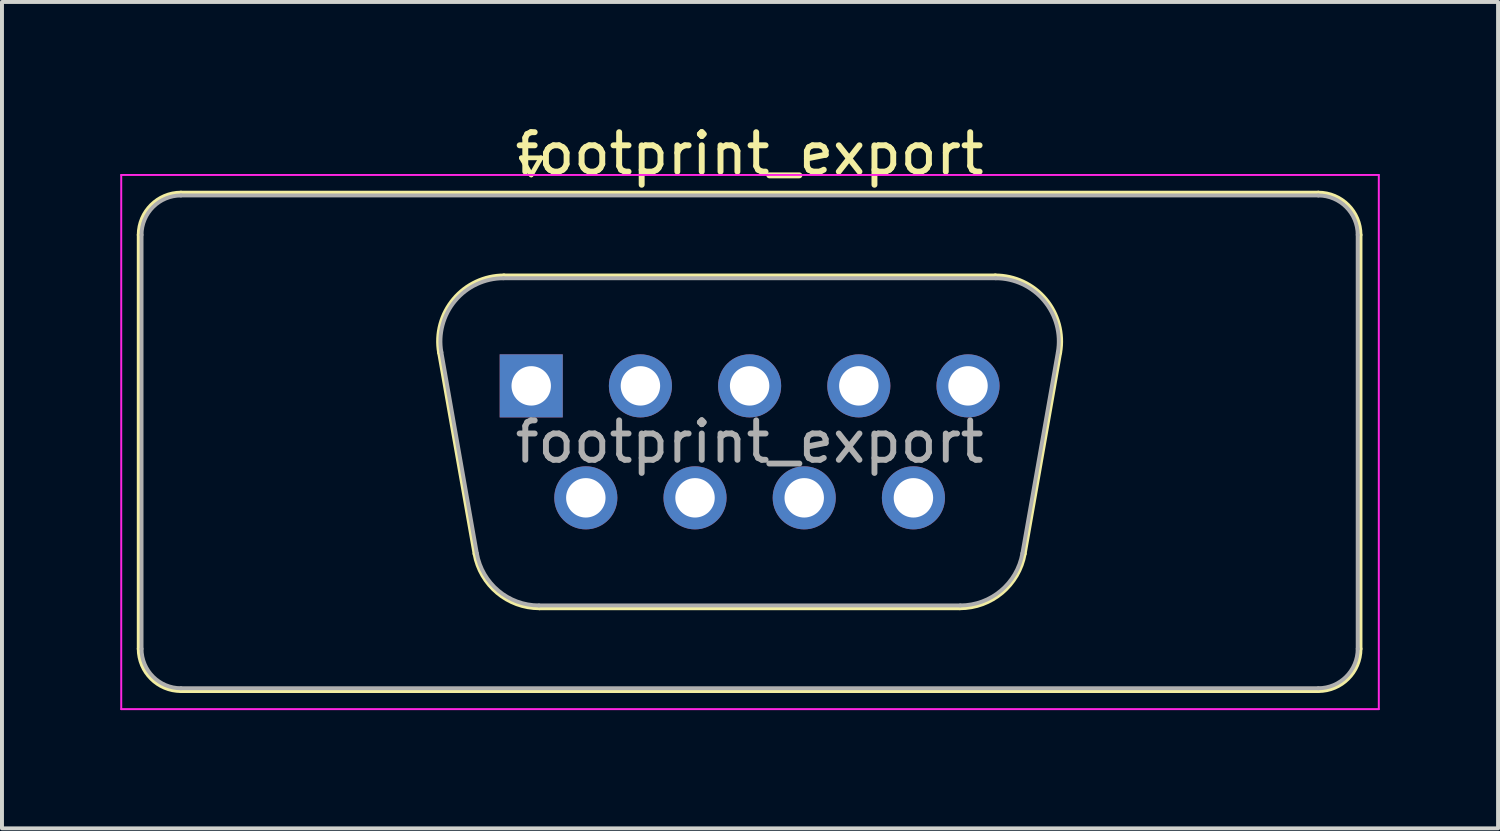
<source format=kicad_pcb>
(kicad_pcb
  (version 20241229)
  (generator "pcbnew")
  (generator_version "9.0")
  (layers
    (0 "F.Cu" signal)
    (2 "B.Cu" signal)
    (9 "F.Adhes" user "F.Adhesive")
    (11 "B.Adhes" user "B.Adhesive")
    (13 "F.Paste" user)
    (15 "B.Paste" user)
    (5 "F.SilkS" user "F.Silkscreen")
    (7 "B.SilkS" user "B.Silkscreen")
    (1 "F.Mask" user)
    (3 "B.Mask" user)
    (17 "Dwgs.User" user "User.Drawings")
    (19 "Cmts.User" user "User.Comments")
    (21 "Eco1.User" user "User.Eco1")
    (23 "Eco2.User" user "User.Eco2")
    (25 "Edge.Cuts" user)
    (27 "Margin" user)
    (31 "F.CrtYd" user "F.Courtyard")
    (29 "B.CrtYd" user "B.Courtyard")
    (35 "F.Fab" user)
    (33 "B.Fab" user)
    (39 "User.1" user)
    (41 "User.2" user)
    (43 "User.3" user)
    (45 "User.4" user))
  (footprint "footprint_export"
    (layer "F.Cu")
    (at 10.425 6.738)
    (property "Reference" "footprint_export" (at 5.54 -5.89 0) (layer "F.SilkS") (effects (font (size 1 1) (thickness 0.15))))
    (attr through_hole)
    (fp_line (start -9.945 6.67) (end -9.945 -3.83) (stroke (width 0.12) (type solid)) (layer "F.SilkS"))
    (fp_line (start -8.885 -4.89) (end 19.965 -4.89) (stroke (width 0.12) (type solid)) (layer "F.SilkS"))
    (fp_line (start -2.326 -0.842) (end -1.427 4.258) (stroke (width 0.12) (type solid)) (layer "F.SilkS"))
    (fp_line (start -0.692 -2.79) (end 11.772 -2.79) (stroke (width 0.12) (type solid)) (layer "F.SilkS"))
    (fp_line (start -0.25 -5.784) (end 0.25 -5.784) (stroke (width 0.12) (type solid)) (layer "F.SilkS"))
    (fp_line (start 0 -5.351) (end -0.25 -5.784) (stroke (width 0.12) (type solid)) (layer "F.SilkS"))
    (fp_line (start 0.208 5.63) (end 10.872 5.63) (stroke (width 0.12) (type solid)) (layer "F.SilkS"))
    (fp_line (start 0.25 -5.784) (end 0 -5.351) (stroke (width 0.12) (type solid)) (layer "F.SilkS"))
    (fp_line (start 13.406 -0.842) (end 12.507 4.258) (stroke (width 0.12) (type solid)) (layer "F.SilkS"))
    (fp_line (start 19.965 7.73) (end -8.885 7.73) (stroke (width 0.12) (type solid)) (layer "F.SilkS"))
    (fp_line (start 21.025 -3.83) (end 21.025 6.67) (stroke (width 0.12) (type solid)) (layer "F.SilkS"))
    (fp_arc (start -9.945 -3.83) (mid -9.634533 -4.579533) (end -8.885 -4.89) (stroke (width 0.12) (type solid)) (layer "F.SilkS"))
    (fp_arc (start -8.885 7.73) (mid -9.634533 7.419533) (end -9.945 6.67) (stroke (width 0.12) (type solid)) (layer "F.SilkS"))
    (fp_arc (start -2.32647 -0.841744) (mid -1.963323 -2.197028) (end -0.691689 -2.79) (stroke (width 0.12) (type solid)) (layer "F.SilkS"))
    (fp_arc (start 0.207579 5.63) (mid -0.859448 5.241634) (end -1.427202 4.258256) (stroke (width 0.12) (type solid)) (layer "F.SilkS"))
    (fp_arc (start 11.771689 -2.79) (mid 13.043323 -2.197027) (end 13.40647 -0.841744) (stroke (width 0.12) (type solid)) (layer "F.SilkS"))
    (fp_arc (start 12.507202 4.258256) (mid 11.939449 5.241634) (end 10.872421 5.63) (stroke (width 0.12) (type solid)) (layer "F.SilkS"))
    (fp_arc (start 19.965 -4.89) (mid 20.714533 -4.579533) (end 21.025 -3.83) (stroke (width 0.12) (type solid)) (layer "F.SilkS"))
    (fp_arc (start 21.025 6.67) (mid 20.714533 7.419533) (end 19.965 7.73) (stroke (width 0.12) (type solid)) (layer "F.SilkS"))
    (fp_line (start -10.4 -5.35) (end -10.4 8.2) (stroke (width 0.05) (type solid)) (layer "F.CrtYd"))
    (fp_line (start -10.4 8.2) (end 21.5 8.2) (stroke (width 0.05) (type solid)) (layer "F.CrtYd"))
    (fp_line (start 21.5 -5.35) (end -10.4 -5.35) (stroke (width 0.05) (type solid)) (layer "F.CrtYd"))
    (fp_line (start 21.5 8.2) (end 21.5 -5.35) (stroke (width 0.05) (type solid)) (layer "F.CrtYd"))
    (fp_line (start -9.885 6.67) (end -9.885 -3.83) (stroke (width 0.1) (type solid)) (layer "F.Fab"))
    (fp_line (start -8.885 -4.83) (end 19.965 -4.83) (stroke (width 0.1) (type solid)) (layer "F.Fab"))
    (fp_line (start -2.279 -0.852) (end -1.38 4.248) (stroke (width 0.1) (type solid)) (layer "F.Fab"))
    (fp_line (start -0.703 -2.73) (end 11.783 -2.73) (stroke (width 0.1) (type solid)) (layer "F.Fab"))
    (fp_line (start 0.196 5.57) (end 10.884 5.57) (stroke (width 0.1) (type solid)) (layer "F.Fab"))
    (fp_line (start 13.359 -0.852) (end 12.46 4.248) (stroke (width 0.1) (type solid)) (layer "F.Fab"))
    (fp_line (start 19.965 7.67) (end -8.885 7.67) (stroke (width 0.1) (type solid)) (layer "F.Fab"))
    (fp_line (start 20.965 -3.83) (end 20.965 6.67) (stroke (width 0.1) (type solid)) (layer "F.Fab"))
    (fp_arc (start -9.885 -3.83) (mid -9.592107 -4.537107) (end -8.885 -4.83) (stroke (width 0.1) (type solid)) (layer "F.Fab"))
    (fp_arc (start -8.885 7.67) (mid -9.592107 7.377107) (end -9.885 6.67) (stroke (width 0.1) (type solid)) (layer "F.Fab"))
    (fp_arc (start -2.278886 -0.852163) (mid -1.928865 -2.15846) (end -0.703194 -2.73) (stroke (width 0.1) (type solid)) (layer "F.Fab"))
    (fp_arc (start 0.196073 5.57) (mid -0.832387 5.195671) (end -1.379619 4.247837) (stroke (width 0.1) (type solid)) (layer "F.Fab"))
    (fp_arc (start 11.783194 -2.73) (mid 13.008865 -2.15846) (end 13.358886 -0.852163) (stroke (width 0.1) (type solid)) (layer "F.Fab"))
    (fp_arc (start 12.459619 4.247837) (mid 11.912387 5.195671) (end 10.883927 5.57) (stroke (width 0.1) (type solid)) (layer "F.Fab"))
    (fp_arc (start 19.965 -4.83) (mid 20.672107 -4.537107) (end 20.965 -3.83) (stroke (width 0.1) (type solid)) (layer "F.Fab"))
    (fp_arc (start 20.965 6.67) (mid 20.672107 7.377107) (end 19.965 7.67) (stroke (width 0.1) (type solid)) (layer "F.Fab"))
    (fp_text user "${REFERENCE}" (at 5.54 1.42 0) (layer "F.Fab") (effects (font (size 1 1) (thickness 0.15))))
    (pad "1" thru_hole rect (at 0 0) (size 1.6 1.6) (drill 1) (layers "*.Cu" "*.Mask"))
    (pad "2" thru_hole circle (at 2.77 0) (size 1.6 1.6) (drill 1) (layers "*.Cu" "*.Mask"))
    (pad "3" thru_hole circle (at 5.54 0) (size 1.6 1.6) (drill 1) (layers "*.Cu" "*.Mask"))
    (pad "4" thru_hole circle (at 8.31 0) (size 1.6 1.6) (drill 1) (layers "*.Cu" "*.Mask"))
    (pad "5" thru_hole circle (at 11.08 0) (size 1.6 1.6) (drill 1) (layers "*.Cu" "*.Mask"))
    (pad "6" thru_hole circle (at 1.385 2.84) (size 1.6 1.6) (drill 1) (layers "*.Cu" "*.Mask"))
    (pad "7" thru_hole circle (at 4.155 2.84) (size 1.6 1.6) (drill 1) (layers "*.Cu" "*.Mask"))
    (pad "8" thru_hole circle (at 6.925 2.84) (size 1.6 1.6) (drill 1) (layers "*.Cu" "*.Mask"))
    (pad "9" thru_hole circle (at 9.695 2.84) (size 1.6 1.6) (drill 1) (layers "*.Cu" "*.Mask")))
  (gr_rect
    (start -3 -3)
    (end 34.95 17.963)
    (stroke (width 0.1) (type default))
    (fill no)
    (layer "Edge.Cuts")))
</source>
